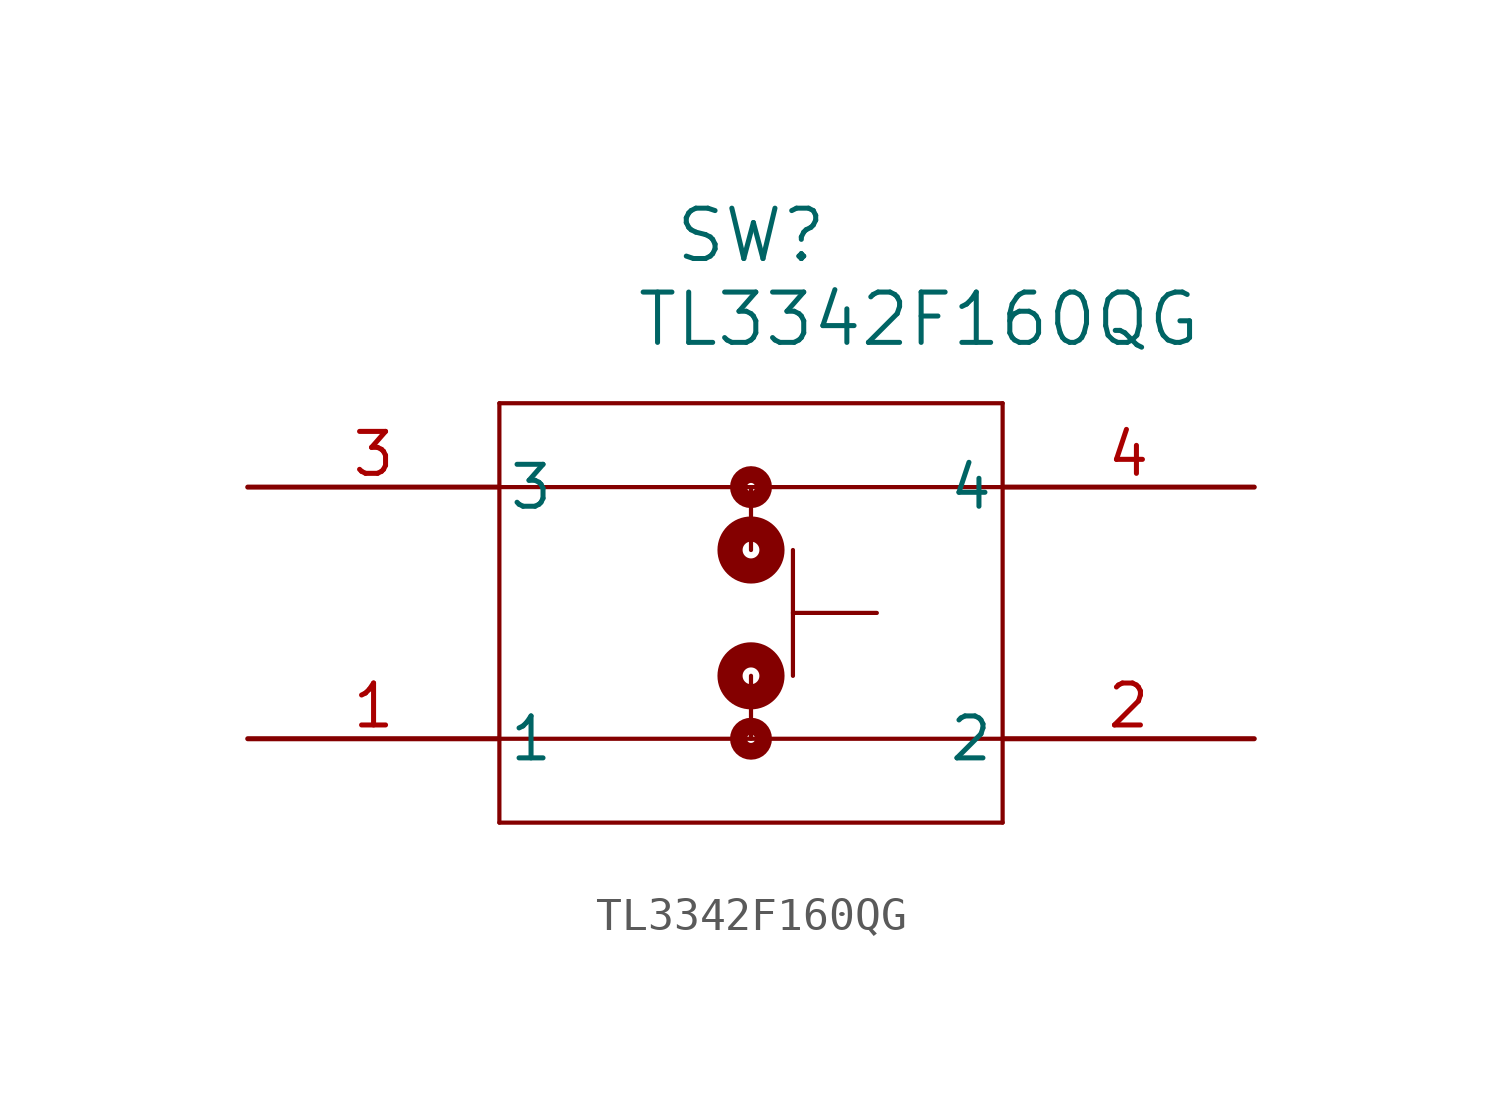
<source format=kicad_sym>
(kicad_symbol_lib
  (version 20231120)
  (generator "kicad_symbol_editor")
  (generator_version "8.0")
  (symbol "TL3342F160QG"
    (pin_names
      (offset 0.254))
    (property "Reference" "SW"
      (at 15.24 7.62 0)
      (effects (font (size 1.524 1.524))))
    (property "Value" "TL3342F160QG"
      (at 20.32 5.08 0)
      (effects (font (size 1.524 1.524))))
    (property "ki_locked" ""
      (at 0 0 0)
      (effects (font (size 1.27 1.27))))
    (symbol "TL3342F160QG_0_1"
      (polyline (pts (xy 7.62 -10.16) (xy 22.86 -10.16)) (stroke (width 0.127) (type default)) (fill (type none)))
      (polyline (pts (xy 7.62 -7.62) (xy 22.86 -7.62)) (stroke (width 0.127) (type default)) (fill (type none)))
      (polyline (pts (xy 7.62 0) (xy 22.86 0)) (stroke (width 0.127) (type default)) (fill (type none)))
      (polyline (pts (xy 7.62 2.54) (xy 7.62 -10.16)) (stroke (width 0.127) (type default)) (fill (type none)))
      (polyline (pts (xy 15.24 -7.62) (xy 15.24 -5.715)) (stroke (width 0.127) (type default)) (fill (type none)))
      (polyline (pts (xy 15.24 0) (xy 15.24 -1.905)) (stroke (width 0.127) (type default)) (fill (type none)))
      (polyline (pts (xy 16.51 -3.81) (xy 19.05 -3.81)) (stroke (width 0.127) (type default)) (fill (type none)))
      (polyline (pts (xy 16.51 -1.905) (xy 16.51 -5.715)) (stroke (width 0.127) (type default)) (fill (type none)))
      (polyline (pts (xy 22.86 -10.16) (xy 22.86 2.54)) (stroke (width 0.127) (type default)) (fill (type none)))
      (polyline (pts (xy 22.86 2.54) (xy 7.62 2.54)) (stroke (width 0.127) (type default)) (fill (type none)))
      (circle (center 15.24 -7.62) (radius 0.127) (stroke (width 0.508) (type default)) (fill (type none)))
      (circle (center 15.24 -5.715) (radius 0.254) (stroke (width 0.762) (type default)) (fill (type none)))
      (circle (center 15.24 -1.905) (radius 0.254) (stroke (width 0.762) (type default)) (fill (type none)))
      (circle (center 15.24 0) (radius 0.127) (stroke (width 0.508) (type default)) (fill (type none)))
      (pin unspecified line (at 0 -7.62 0) (length 7.62) (name "1" (effects (font (size 1.27 1.27)))) (number "1" (effects (font (size 1.27 1.27)))))
      (pin unspecified line (at 30.48 -7.62 180) (length 7.62) (name "2" (effects (font (size 1.27 1.27)))) (number "2" (effects (font (size 1.27 1.27)))))
      (pin unspecified line (at 0 0 0) (length 7.62) (name "3" (effects (font (size 1.27 1.27)))) (number "3" (effects (font (size 1.27 1.27)))))
      (pin unspecified line (at 30.48 0 180) (length 7.62) (name "4" (effects (font (size 1.27 1.27)))) (number "4" (effects (font (size 1.27 1.27))))))))
</source>
